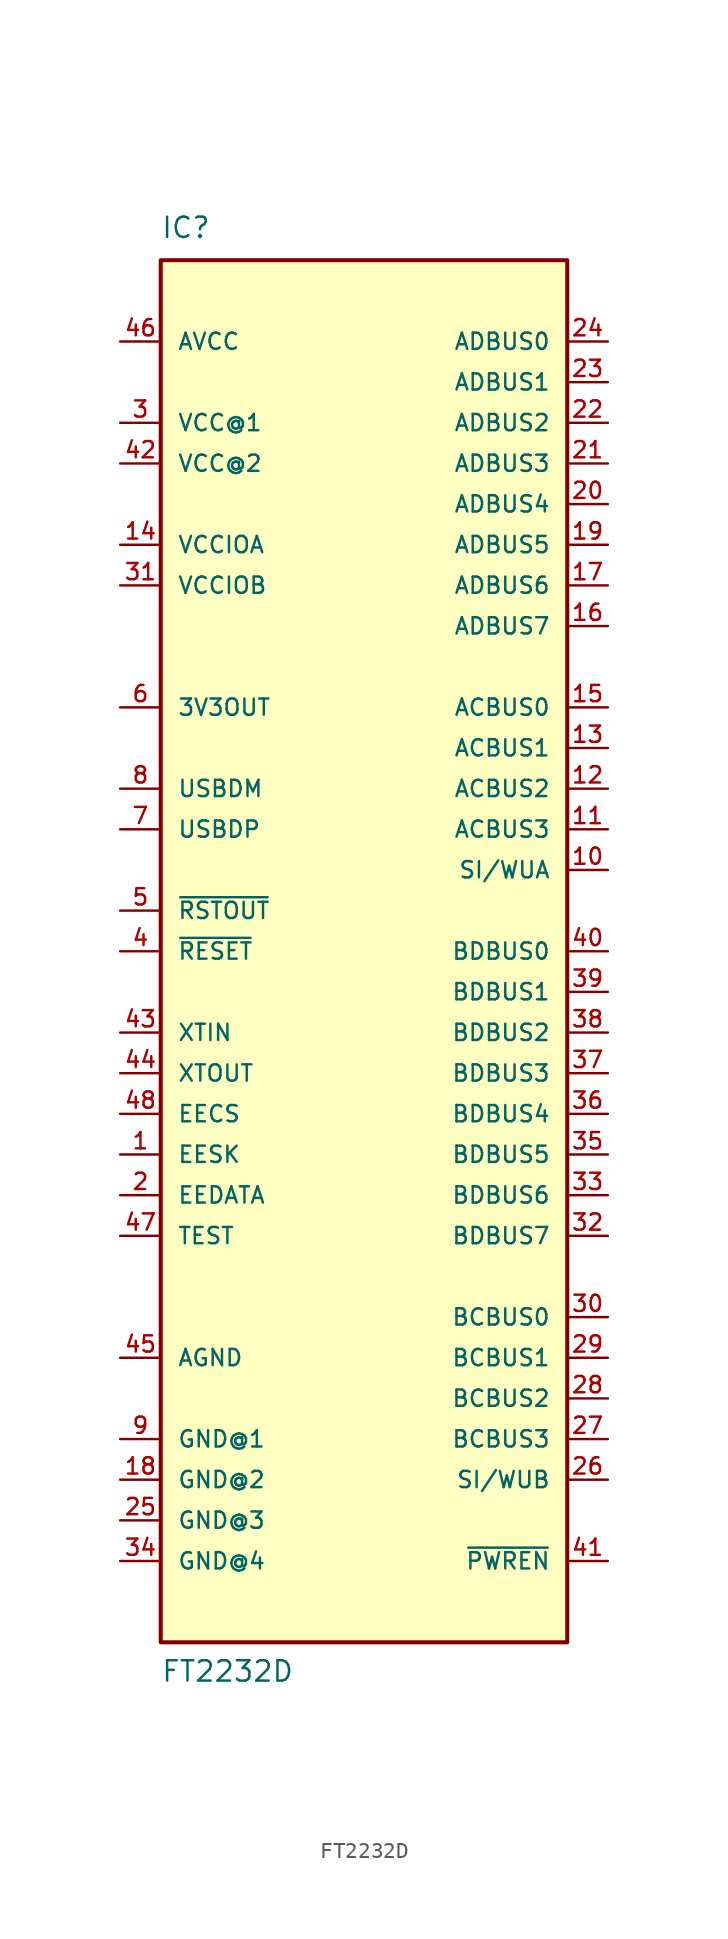
<source format=kicad_sym>
(kicad_symbol_lib
  (version 20220914)
  (generator kicad_symbol_editor)
  (symbol "FT2232D"
    (pin_names
      (offset 1.016))
    (property "Reference" "IC"
      (at -12.706 44.469 0)
      (effects (font (size 1.27 1.27)) (justify left bottom)))
    (property "Value" "FT2232D"
      (at -12.704 -45.733 0)
      (effects (font (size 1.27 1.27)) (justify left bottom)))
    (symbol "FT2232D_0_0"
      (rectangle (start -12.7 -43.18) (end 12.7 43.18) (stroke (width 0.254) (type default)) (fill (type background)))
      (pin output line (at -15.24 -12.7 0) (length 2.54) (name "EESK" (effects (font (size 1.016 1.016)))) (number "1" (effects (font (size 1.016 1.016)))))
      (pin input line (at 15.24 5.08 180) (length 2.54) (name "SI/WUA" (effects (font (size 1.016 1.016)))) (number "10" (effects (font (size 1.016 1.016)))))
      (pin bidirectional line (at 15.24 7.62 180) (length 2.54) (name "ACBUS3" (effects (font (size 1.016 1.016)))) (number "11" (effects (font (size 1.016 1.016)))))
      (pin bidirectional line (at 15.24 10.16 180) (length 2.54) (name "ACBUS2" (effects (font (size 1.016 1.016)))) (number "12" (effects (font (size 1.016 1.016)))))
      (pin bidirectional line (at 15.24 12.7 180) (length 2.54) (name "ACBUS1" (effects (font (size 1.016 1.016)))) (number "13" (effects (font (size 1.016 1.016)))))
      (pin power_in line (at -15.24 25.4 0) (length 2.54) (name "VCCIOA" (effects (font (size 1.016 1.016)))) (number "14" (effects (font (size 1.016 1.016)))))
      (pin bidirectional line (at 15.24 15.24 180) (length 2.54) (name "ACBUS0" (effects (font (size 1.016 1.016)))) (number "15" (effects (font (size 1.016 1.016)))))
      (pin bidirectional line (at 15.24 20.32 180) (length 2.54) (name "ADBUS7" (effects (font (size 1.016 1.016)))) (number "16" (effects (font (size 1.016 1.016)))))
      (pin bidirectional line (at 15.24 22.86 180) (length 2.54) (name "ADBUS6" (effects (font (size 1.016 1.016)))) (number "17" (effects (font (size 1.016 1.016)))))
      (pin power_in line (at -15.24 -33.02 0) (length 2.54) (name "GND@2" (effects (font (size 1.016 1.016)))) (number "18" (effects (font (size 1.016 1.016)))))
      (pin bidirectional line (at 15.24 25.4 180) (length 2.54) (name "ADBUS5" (effects (font (size 1.016 1.016)))) (number "19" (effects (font (size 1.016 1.016)))))
      (pin bidirectional line (at -15.24 -15.24 0) (length 2.54) (name "EEDATA" (effects (font (size 1.016 1.016)))) (number "2" (effects (font (size 1.016 1.016)))))
      (pin bidirectional line (at 15.24 27.94 180) (length 2.54) (name "ADBUS4" (effects (font (size 1.016 1.016)))) (number "20" (effects (font (size 1.016 1.016)))))
      (pin bidirectional line (at 15.24 30.48 180) (length 2.54) (name "ADBUS3" (effects (font (size 1.016 1.016)))) (number "21" (effects (font (size 1.016 1.016)))))
      (pin bidirectional line (at 15.24 33.02 180) (length 2.54) (name "ADBUS2" (effects (font (size 1.016 1.016)))) (number "22" (effects (font (size 1.016 1.016)))))
      (pin bidirectional line (at 15.24 35.56 180) (length 2.54) (name "ADBUS1" (effects (font (size 1.016 1.016)))) (number "23" (effects (font (size 1.016 1.016)))))
      (pin bidirectional line (at 15.24 38.1 180) (length 2.54) (name "ADBUS0" (effects (font (size 1.016 1.016)))) (number "24" (effects (font (size 1.016 1.016)))))
      (pin power_in line (at -15.24 -35.56 0) (length 2.54) (name "GND@3" (effects (font (size 1.016 1.016)))) (number "25" (effects (font (size 1.016 1.016)))))
      (pin input line (at 15.24 -33.02 180) (length 2.54) (name "SI/WUB" (effects (font (size 1.016 1.016)))) (number "26" (effects (font (size 1.016 1.016)))))
      (pin bidirectional line (at 15.24 -30.48 180) (length 2.54) (name "BCBUS3" (effects (font (size 1.016 1.016)))) (number "27" (effects (font (size 1.016 1.016)))))
      (pin bidirectional line (at 15.24 -27.94 180) (length 2.54) (name "BCBUS2" (effects (font (size 1.016 1.016)))) (number "28" (effects (font (size 1.016 1.016)))))
      (pin bidirectional line (at 15.24 -25.4 180) (length 2.54) (name "BCBUS1" (effects (font (size 1.016 1.016)))) (number "29" (effects (font (size 1.016 1.016)))))
      (pin power_in line (at -15.24 33.02 0) (length 2.54) (name "VCC@1" (effects (font (size 1.016 1.016)))) (number "3" (effects (font (size 1.016 1.016)))))
      (pin bidirectional line (at 15.24 -22.86 180) (length 2.54) (name "BCBUS0" (effects (font (size 1.016 1.016)))) (number "30" (effects (font (size 1.016 1.016)))))
      (pin power_in line (at -15.24 22.86 0) (length 2.54) (name "VCCIOB" (effects (font (size 1.016 1.016)))) (number "31" (effects (font (size 1.016 1.016)))))
      (pin bidirectional line (at 15.24 -17.78 180) (length 2.54) (name "BDBUS7" (effects (font (size 1.016 1.016)))) (number "32" (effects (font (size 1.016 1.016)))))
      (pin bidirectional line (at 15.24 -15.24 180) (length 2.54) (name "BDBUS6" (effects (font (size 1.016 1.016)))) (number "33" (effects (font (size 1.016 1.016)))))
      (pin power_in line (at -15.24 -38.1 0) (length 2.54) (name "GND@4" (effects (font (size 1.016 1.016)))) (number "34" (effects (font (size 1.016 1.016)))))
      (pin bidirectional line (at 15.24 -12.7 180) (length 2.54) (name "BDBUS5" (effects (font (size 1.016 1.016)))) (number "35" (effects (font (size 1.016 1.016)))))
      (pin bidirectional line (at 15.24 -10.16 180) (length 2.54) (name "BDBUS4" (effects (font (size 1.016 1.016)))) (number "36" (effects (font (size 1.016 1.016)))))
      (pin bidirectional line (at 15.24 -7.62 180) (length 2.54) (name "BDBUS3" (effects (font (size 1.016 1.016)))) (number "37" (effects (font (size 1.016 1.016)))))
      (pin bidirectional line (at 15.24 -5.08 180) (length 2.54) (name "BDBUS2" (effects (font (size 1.016 1.016)))) (number "38" (effects (font (size 1.016 1.016)))))
      (pin bidirectional line (at 15.24 -2.54 180) (length 2.54) (name "BDBUS1" (effects (font (size 1.016 1.016)))) (number "39" (effects (font (size 1.016 1.016)))))
      (pin input line (at -15.24 0 0) (length 2.54) (name "~{RESET}" (effects (font (size 1.016 1.016)))) (number "4" (effects (font (size 1.016 1.016)))))
      (pin bidirectional line (at 15.24 0 180) (length 2.54) (name "BDBUS0" (effects (font (size 1.016 1.016)))) (number "40" (effects (font (size 1.016 1.016)))))
      (pin output line (at 15.24 -38.1 180) (length 2.54) (name "~{PWREN}" (effects (font (size 1.016 1.016)))) (number "41" (effects (font (size 1.016 1.016)))))
      (pin power_in line (at -15.24 30.48 0) (length 2.54) (name "VCC@2" (effects (font (size 1.016 1.016)))) (number "42" (effects (font (size 1.016 1.016)))))
      (pin input line (at -15.24 -5.08 0) (length 2.54) (name "XTIN" (effects (font (size 1.016 1.016)))) (number "43" (effects (font (size 1.016 1.016)))))
      (pin output line (at -15.24 -7.62 0) (length 2.54) (name "XTOUT" (effects (font (size 1.016 1.016)))) (number "44" (effects (font (size 1.016 1.016)))))
      (pin power_in line (at -15.24 -25.4 0) (length 2.54) (name "AGND" (effects (font (size 1.016 1.016)))) (number "45" (effects (font (size 1.016 1.016)))))
      (pin power_in line (at -15.24 38.1 0) (length 2.54) (name "AVCC" (effects (font (size 1.016 1.016)))) (number "46" (effects (font (size 1.016 1.016)))))
      (pin input line (at -15.24 -17.78 0) (length 2.54) (name "TEST" (effects (font (size 1.016 1.016)))) (number "47" (effects (font (size 1.016 1.016)))))
      (pin bidirectional line (at -15.24 -10.16 0) (length 2.54) (name "EECS" (effects (font (size 1.016 1.016)))) (number "48" (effects (font (size 1.016 1.016)))))
      (pin output line (at -15.24 2.54 0) (length 2.54) (name "~{RSTOUT}" (effects (font (size 1.016 1.016)))) (number "5" (effects (font (size 1.016 1.016)))))
      (pin power_in line (at -15.24 15.24 0) (length 2.54) (name "3V3OUT" (effects (font (size 1.016 1.016)))) (number "6" (effects (font (size 1.016 1.016)))))
      (pin bidirectional line (at -15.24 7.62 0) (length 2.54) (name "USBDP" (effects (font (size 1.016 1.016)))) (number "7" (effects (font (size 1.016 1.016)))))
      (pin bidirectional line (at -15.24 10.16 0) (length 2.54) (name "USBDM" (effects (font (size 1.016 1.016)))) (number "8" (effects (font (size 1.016 1.016)))))
      (pin power_in line (at -15.24 -30.48 0) (length 2.54) (name "GND@1" (effects (font (size 1.016 1.016)))) (number "9" (effects (font (size 1.016 1.016))))))))
</source>
